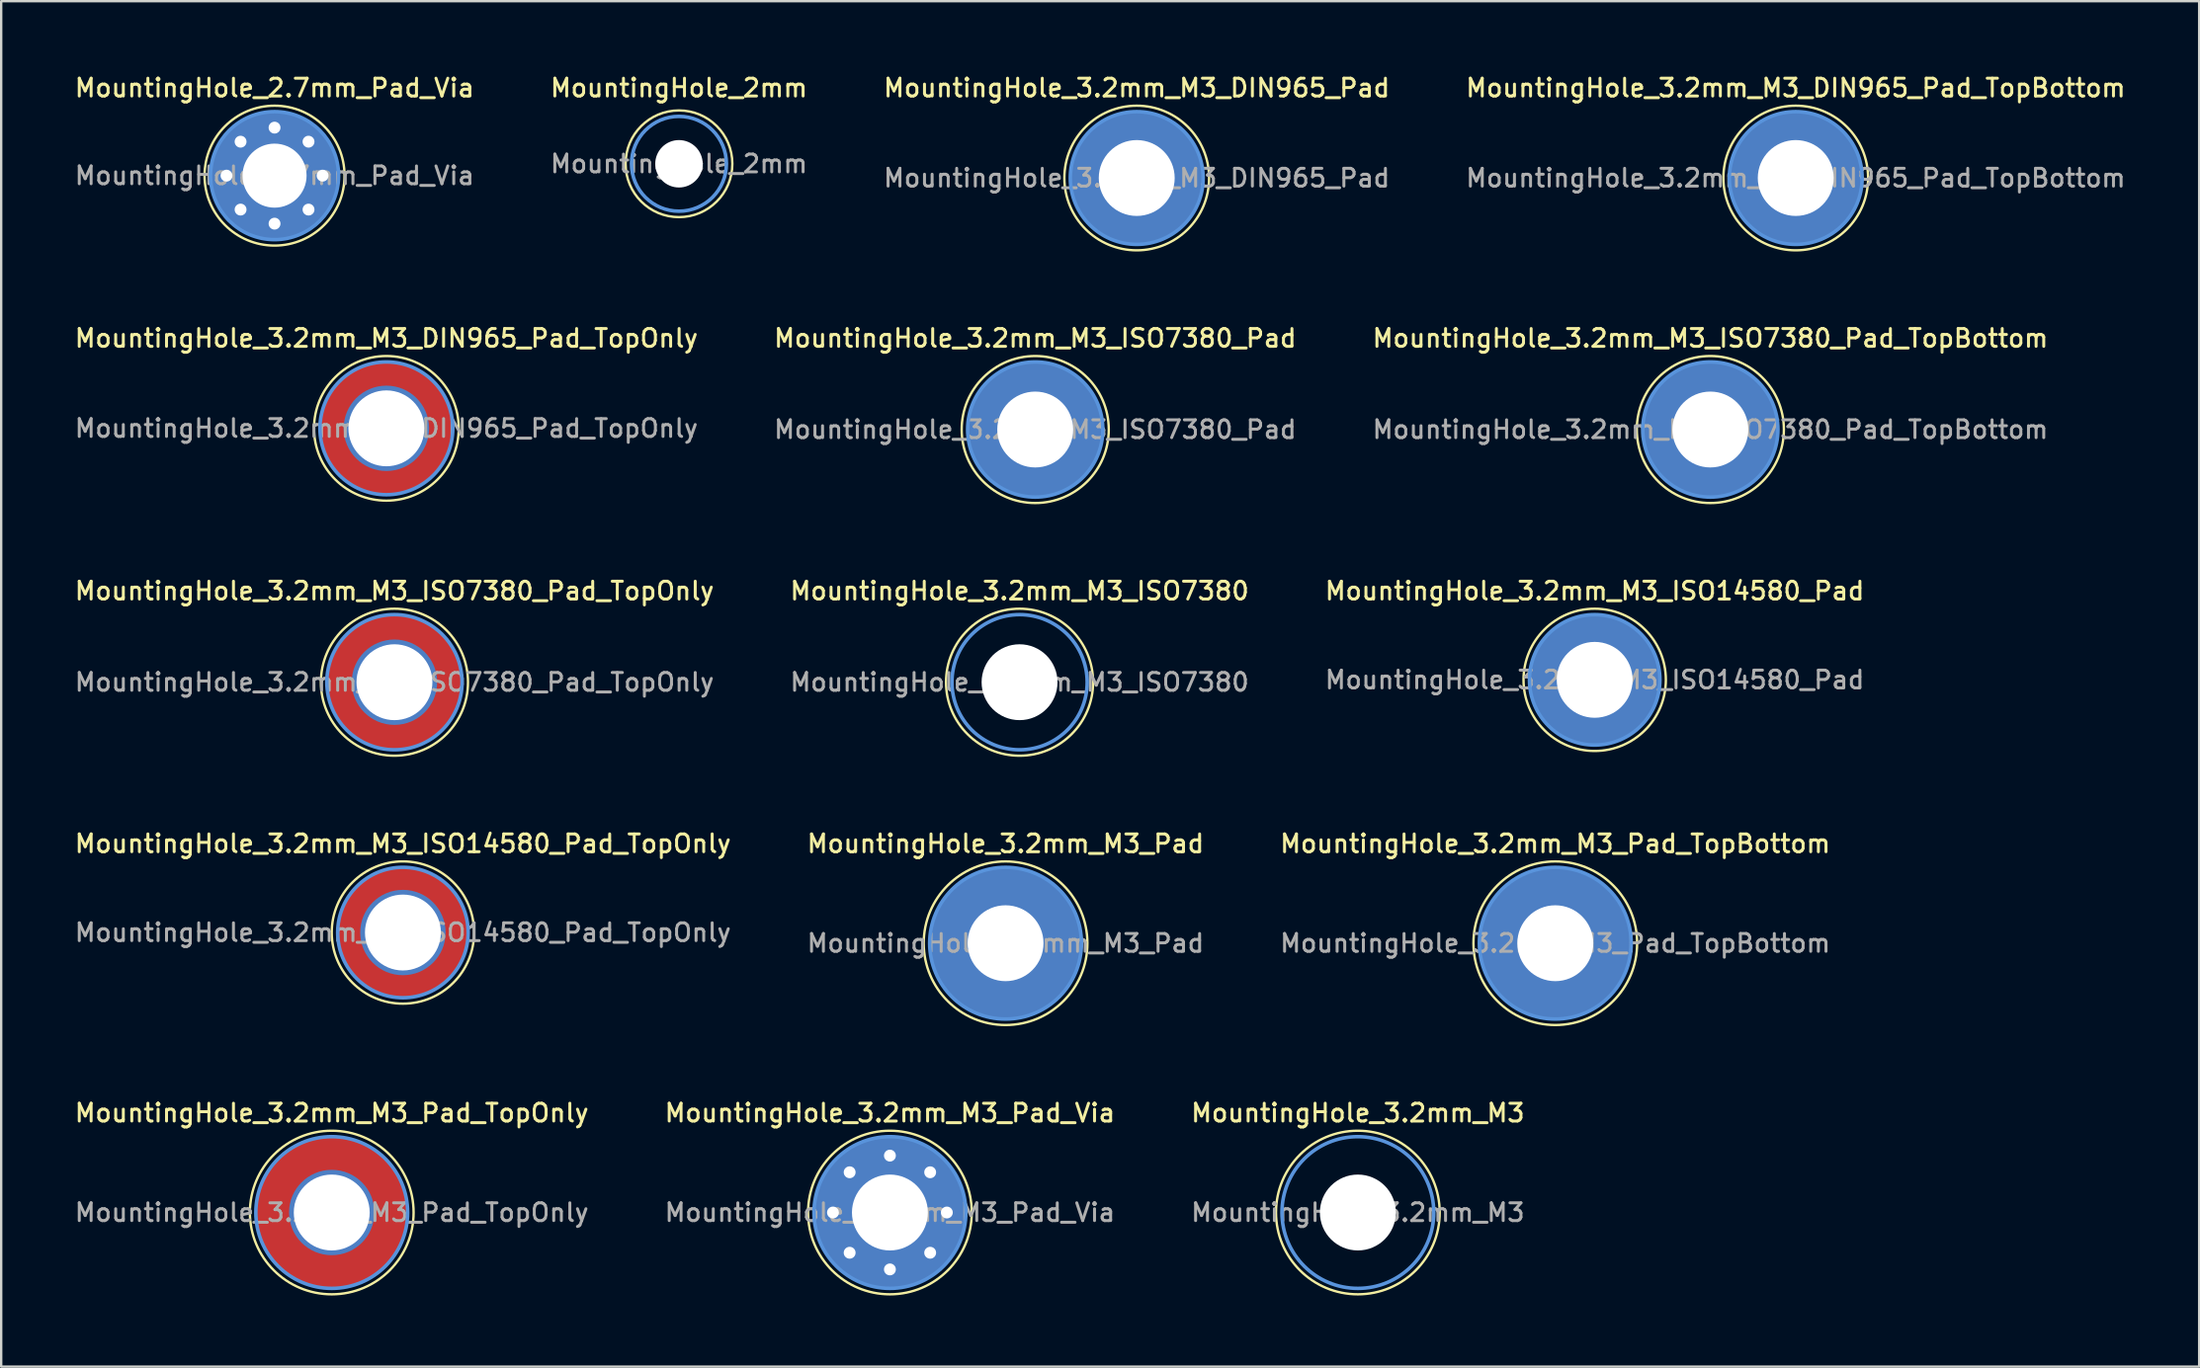
<source format=kicad_pcb>
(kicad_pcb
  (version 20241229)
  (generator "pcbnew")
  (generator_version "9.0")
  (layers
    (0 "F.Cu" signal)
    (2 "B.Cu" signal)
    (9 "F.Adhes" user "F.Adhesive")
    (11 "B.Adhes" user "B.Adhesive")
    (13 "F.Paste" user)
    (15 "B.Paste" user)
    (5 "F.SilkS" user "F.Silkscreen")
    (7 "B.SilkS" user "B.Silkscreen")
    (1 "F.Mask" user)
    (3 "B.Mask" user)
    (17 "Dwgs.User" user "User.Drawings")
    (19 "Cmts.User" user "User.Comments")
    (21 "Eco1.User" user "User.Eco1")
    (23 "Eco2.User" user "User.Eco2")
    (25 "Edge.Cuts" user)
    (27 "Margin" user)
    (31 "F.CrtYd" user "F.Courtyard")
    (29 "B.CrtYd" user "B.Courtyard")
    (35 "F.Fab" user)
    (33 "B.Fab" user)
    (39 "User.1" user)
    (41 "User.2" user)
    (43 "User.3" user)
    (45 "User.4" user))
  (footprint "MountingHole_3.2mm_M3_ISO7380_Pad"
    (layer "F.Cu")
    (at 40.587 15.066)
    (property "Reference" "MountingHole_3.2mm_M3_ISO7380_Pad" (at 0 -3.85 0) (layer "F.SilkS") (effects (font (size 0.75 0.75) (thickness 0.125))))
    (attr exclude_from_pos_files exclude_from_bom)
    (fp_circle (center 0 0) (end 3.1 0) (stroke (width 0.1) (type solid)) (fill no) (layer "F.SilkS"))
    (fp_circle (center 0 0) (end 2.85 0) (stroke (width 0.15) (type solid)) (fill no) (layer "Cmts.User"))
    (fp_text user "${REFERENCE}" (at 0 0 0) (layer "F.Fab") (effects (font (size 0.75 0.75) (thickness 0.125))))
    (pad "1" thru_hole circle (at 0 0) (size 5.7 5.7) (drill 3.2) (layers "*.Cu" "*.Mask")))
  (footprint "MountingHole_3.2mm_M3_ISO14580_Pad"
    (layer "F.Cu")
    (at 64.17 25.624)
    (property "Reference" "MountingHole_3.2mm_M3_ISO14580_Pad" (at 0 -3.75 0) (layer "F.SilkS") (effects (font (size 0.75 0.75) (thickness 0.125))))
    (attr exclude_from_pos_files exclude_from_bom)
    (fp_circle (center 0 0) (end 3 0) (stroke (width 0.1) (type solid)) (fill no) (layer "F.SilkS"))
    (fp_circle (center 0 0) (end 2.75 0) (stroke (width 0.15) (type solid)) (fill no) (layer "Cmts.User"))
    (fp_text user "${REFERENCE}" (at 0 0 0) (layer "F.Fab") (effects (font (size 0.75 0.75) (thickness 0.125))))
    (pad "1" thru_hole circle (at 0 0) (size 5.5 5.5) (drill 3.2) (layers "*.Cu" "*.Mask")))
  (footprint "MountingHole_3.2mm_M3_Pad_TopOnly"
    (layer "F.Cu")
    (at 10.934 48.091)
    (property "Reference" "MountingHole_3.2mm_M3_Pad_TopOnly" (at 0 -4.2 0) (layer "F.SilkS") (effects (font (size 0.75 0.75) (thickness 0.125))))
    (attr exclude_from_pos_files exclude_from_bom)
    (fp_circle (center 0 0) (end 3.45 0) (stroke (width 0.1) (type solid)) (fill no) (layer "F.SilkS"))
    (fp_circle (center 0 0) (end 3.2 0) (stroke (width 0.15) (type solid)) (fill no) (layer "Cmts.User"))
    (fp_text user "${REFERENCE}" (at 0 0 0) (layer "F.Fab") (effects (font (size 0.75 0.75) (thickness 0.125))))
    (pad "1" thru_hole circle (at 0 0) (size 3.6 3.6) (drill 3.2) (layers "*.Cu" "*.Mask"))
    (pad "1" connect circle (at 0 0) (size 6.4 6.4) (layers "F.Cu" "F.Mask")))
  (footprint "MountingHole_3.2mm_M3_ISO14580_Pad_TopOnly"
    (layer "F.Cu")
    (at 13.934 36.282)
    (property "Reference" "MountingHole_3.2mm_M3_ISO14580_Pad_TopOnly" (at 0 -3.75 0) (layer "F.SilkS") (effects (font (size 0.75 0.75) (thickness 0.125))))
    (attr exclude_from_pos_files exclude_from_bom)
    (fp_circle (center 0 0) (end 3 0) (stroke (width 0.1) (type solid)) (fill no) (layer "F.SilkS"))
    (fp_circle (center 0 0) (end 2.75 0) (stroke (width 0.15) (type solid)) (fill no) (layer "Cmts.User"))
    (fp_text user "${REFERENCE}" (at 0 0 0) (layer "F.Fab") (effects (font (size 0.75 0.75) (thickness 0.125))))
    (pad "1" thru_hole circle (at 0 0) (size 3.6 3.6) (drill 3.2) (layers "*.Cu" "*.Mask"))
    (pad "1" connect circle (at 0 0) (size 5.5 5.5) (layers "F.Cu" "F.Mask")))
  (footprint "MountingHole_3.2mm_M3_DIN965_Pad_TopOnly"
    (layer "F.Cu")
    (at 13.237 15.016)
    (property "Reference" "MountingHole_3.2mm_M3_DIN965_Pad_TopOnly" (at 0 -3.8 0) (layer "F.SilkS") (effects (font (size 0.75 0.75) (thickness 0.125))))
    (attr exclude_from_pos_files exclude_from_bom)
    (fp_circle (center 0 0) (end 3.05 0) (stroke (width 0.1) (type solid)) (fill no) (layer "F.SilkS"))
    (fp_circle (center 0 0) (end 2.8 0) (stroke (width 0.15) (type solid)) (fill no) (layer "Cmts.User"))
    (fp_text user "${REFERENCE}" (at 0 0 0) (layer "F.Fab") (effects (font (size 0.75 0.75) (thickness 0.125))))
    (pad "1" thru_hole circle (at 0 0) (size 3.6 3.6) (drill 3.2) (layers "*.Cu" "*.Mask"))
    (pad "1" connect circle (at 0 0) (size 5.6 5.6) (layers "F.Cu" "F.Mask")))
  (footprint "MountingHole_3.2mm_M3_ISO7380"
    (layer "F.Cu")
    (at 39.927 25.724)
    (property "Reference" "MountingHole_3.2mm_M3_ISO7380" (at 0 -3.85 0) (layer "F.SilkS") (effects (font (size 0.75 0.75) (thickness 0.125))))
    (attr exclude_from_pos_files exclude_from_bom)
    (fp_circle (center 0 0) (end 3.1 0) (stroke (width 0.1) (type solid)) (fill no) (layer "F.SilkS"))
    (fp_circle (center 0 0) (end 2.85 0) (stroke (width 0.15) (type solid)) (fill no) (layer "Cmts.User"))
    (fp_text user "${REFERENCE}" (at 0 0 0) (layer "F.Fab") (effects (font (size 0.75 0.75) (thickness 0.125))))
    (pad "" np_thru_hole circle (at 0 0) (size 3.2 3.2) (drill 3.2) (layers "*.Cu" "*.Mask")))
  (footprint "MountingHole_3.2mm_M3_DIN965_Pad_TopBottom"
    (layer "F.Cu")
    (at 72.645 4.458)
    (property "Reference" "MountingHole_3.2mm_M3_DIN965_Pad_TopBottom" (at 0 -3.8 0) (layer "F.SilkS") (effects (font (size 0.75 0.75) (thickness 0.125))))
    (attr exclude_from_pos_files exclude_from_bom)
    (fp_circle (center 0 0) (end 3.05 0) (stroke (width 0.1) (type solid)) (fill no) (layer "F.SilkS"))
    (fp_circle (center 0 0) (end 2.8 0) (stroke (width 0.15) (type solid)) (fill no) (layer "Cmts.User"))
    (fp_text user "${REFERENCE}" (at 0 0 0) (layer "F.Fab") (effects (font (size 0.75 0.75) (thickness 0.125))))
    (pad "1" thru_hole circle (at 0 0) (size 3.6 3.6) (drill 3.2) (layers "*.Cu" "*.Mask"))
    (pad "1" connect circle (at 0 0) (size 5.6 5.6) (layers "F.Cu" "F.Mask"))
    (pad "1" connect circle (at 0 0) (size 5.6 5.6) (layers "B.Cu" "B.Mask")))
  (footprint "MountingHole_3.2mm_M3_DIN965_Pad"
    (layer "F.Cu")
    (at 44.866 4.458)
    (property "Reference" "MountingHole_3.2mm_M3_DIN965_Pad" (at 0 -3.8 0) (layer "F.SilkS") (effects (font (size 0.75 0.75) (thickness 0.125))))
    (attr exclude_from_pos_files exclude_from_bom)
    (fp_circle (center 0 0) (end 3.05 0) (stroke (width 0.1) (type solid)) (fill no) (layer "F.SilkS"))
    (fp_circle (center 0 0) (end 2.8 0) (stroke (width 0.15) (type solid)) (fill no) (layer "Cmts.User"))
    (fp_text user "${REFERENCE}" (at 0 0 0) (layer "F.Fab") (effects (font (size 0.75 0.75) (thickness 0.125))))
    (pad "1" thru_hole circle (at 0 0) (size 5.6 5.6) (drill 3.2) (layers "*.Cu" "*.Mask")))
  (footprint "MountingHole_2mm"
    (layer "F.Cu")
    (at 25.57 3.858)
    (property "Reference" "MountingHole_2mm" (at 0 -3.2 0) (layer "F.SilkS") (effects (font (size 0.75 0.75) (thickness 0.125))))
    (attr exclude_from_pos_files exclude_from_bom)
    (fp_circle (center 0 0) (end 2.25 0) (stroke (width 0.1) (type solid)) (fill no) (layer "F.SilkS"))
    (fp_circle (center 0 0) (end 2 0) (stroke (width 0.15) (type solid)) (fill no) (layer "Cmts.User"))
    (fp_text user "${REFERENCE}" (at 0 0 0) (layer "F.Fab") (effects (font (size 0.75 0.75) (thickness 0.125))))
    (pad "" np_thru_hole circle (at 0 0) (size 2 2) (drill 2) (layers "*.Cu" "*.Mask")))
  (footprint "MountingHole_3.2mm_M3_ISO7380_Pad_TopOnly"
    (layer "F.Cu")
    (at 13.577 25.724)
    (property "Reference" "MountingHole_3.2mm_M3_ISO7380_Pad_TopOnly" (at 0 -3.85 0) (layer "F.SilkS") (effects (font (size 0.75 0.75) (thickness 0.125))))
    (attr exclude_from_pos_files exclude_from_bom)
    (fp_circle (center 0 0) (end 3.1 0) (stroke (width 0.1) (type solid)) (fill no) (layer "F.SilkS"))
    (fp_circle (center 0 0) (end 2.85 0) (stroke (width 0.15) (type solid)) (fill no) (layer "Cmts.User"))
    (fp_text user "${REFERENCE}" (at 0 0 0) (layer "F.Fab") (effects (font (size 0.75 0.75) (thickness 0.125))))
    (pad "1" thru_hole circle (at 0 0) (size 3.6 3.6) (drill 3.2) (layers "*.Cu" "*.Mask"))
    (pad "1" connect circle (at 0 0) (size 5.7 5.7) (layers "F.Cu" "F.Mask")))
  (footprint "MountingHole_3.2mm_M3"
    (layer "F.Cu")
    (at 54.187 48.091)
    (property "Reference" "MountingHole_3.2mm_M3" (at 0 -4.2 0) (layer "F.SilkS") (effects (font (size 0.75 0.75) (thickness 0.125))))
    (attr exclude_from_pos_files exclude_from_bom)
    (fp_circle (center 0 0) (end 3.45 0) (stroke (width 0.1) (type solid)) (fill no) (layer "F.SilkS"))
    (fp_circle (center 0 0) (end 3.2 0) (stroke (width 0.15) (type solid)) (fill no) (layer "Cmts.User"))
    (fp_text user "${REFERENCE}" (at 0 0 0) (layer "F.Fab") (effects (font (size 0.75 0.75) (thickness 0.125))))
    (pad "" np_thru_hole circle (at 0 0) (size 3.2 3.2) (drill 3.2) (layers "*.Cu" "*.Mask")))
  (footprint "MountingHole_2.7mm_Pad_Via"
    (layer "F.Cu")
    (at 8.523 4.358)
    (property "Reference" "MountingHole_2.7mm_Pad_Via" (at 0 -3.7 0) (layer "F.SilkS") (effects (font (size 0.75 0.75) (thickness 0.125))))
    (attr exclude_from_pos_files exclude_from_bom)
    (fp_circle (center 0 0) (end 2.95 0) (stroke (width 0.1) (type solid)) (fill no) (layer "F.SilkS"))
    (fp_circle (center 0 0) (end 2.7 0) (stroke (width 0.15) (type solid)) (fill no) (layer "Cmts.User"))
    (fp_text user "${REFERENCE}" (at 0 0 0) (layer "F.Fab") (effects (font (size 0.75 0.75) (thickness 0.125))))
    (pad "1" thru_hole circle (at -2.025 0) (size 0.8 0.8) (drill 0.5) (layers "*.Cu" "*.Mask"))
    (pad "1" thru_hole circle (at -1.432 -1.432) (size 0.8 0.8) (drill 0.5) (layers "*.Cu" "*.Mask"))
    (pad "1" thru_hole circle (at -1.432 1.432) (size 0.8 0.8) (drill 0.5) (layers "*.Cu" "*.Mask"))
    (pad "1" thru_hole circle (at 0 -2.025) (size 0.8 0.8) (drill 0.5) (layers "*.Cu" "*.Mask"))
    (pad "1" thru_hole circle (at 0 0) (size 5.4 5.4) (drill 2.7) (layers "*.Cu" "*.Mask"))
    (pad "1" thru_hole circle (at 0 2.025) (size 0.8 0.8) (drill 0.5) (layers "*.Cu" "*.Mask"))
    (pad "1" thru_hole circle (at 1.432 -1.432) (size 0.8 0.8) (drill 0.5) (layers "*.Cu" "*.Mask"))
    (pad "1" thru_hole circle (at 1.432 1.432) (size 0.8 0.8) (drill 0.5) (layers "*.Cu" "*.Mask"))
    (pad "1" thru_hole circle (at 2.025 0) (size 0.8 0.8) (drill 0.5) (layers "*.Cu" "*.Mask")))
  (footprint "MountingHole_3.2mm_M3_ISO7380_Pad_TopBottom"
    (layer "F.Cu")
    (at 69.045 15.066)
    (property "Reference" "MountingHole_3.2mm_M3_ISO7380_Pad_TopBottom" (at 0 -3.85 0) (layer "F.SilkS") (effects (font (size 0.75 0.75) (thickness 0.125))))
    (attr exclude_from_pos_files exclude_from_bom)
    (fp_circle (center 0 0) (end 3.1 0) (stroke (width 0.1) (type solid)) (fill no) (layer "F.SilkS"))
    (fp_circle (center 0 0) (end 2.85 0) (stroke (width 0.15) (type solid)) (fill no) (layer "Cmts.User"))
    (fp_text user "${REFERENCE}" (at 0 0 0) (layer "F.Fab") (effects (font (size 0.75 0.75) (thickness 0.125))))
    (pad "1" thru_hole circle (at 0 0) (size 3.6 3.6) (drill 3.2) (layers "*.Cu" "*.Mask"))
    (pad "1" connect circle (at 0 0) (size 5.7 5.7) (layers "F.Cu" "F.Mask"))
    (pad "1" connect circle (at 0 0) (size 5.7 5.7) (layers "B.Cu" "B.Mask")))
  (footprint "MountingHole_3.2mm_M3_Pad_TopBottom"
    (layer "F.Cu")
    (at 62.509 36.733)
    (property "Reference" "MountingHole_3.2mm_M3_Pad_TopBottom" (at 0 -4.2 0) (layer "F.SilkS") (effects (font (size 0.75 0.75) (thickness 0.125))))
    (attr exclude_from_pos_files exclude_from_bom)
    (fp_circle (center 0 0) (end 3.45 0) (stroke (width 0.1) (type solid)) (fill no) (layer "F.SilkS"))
    (fp_circle (center 0 0) (end 3.2 0) (stroke (width 0.15) (type solid)) (fill no) (layer "Cmts.User"))
    (fp_text user "${REFERENCE}" (at 0 0 0) (layer "F.Fab") (effects (font (size 0.75 0.75) (thickness 0.125))))
    (pad "1" thru_hole circle (at 0 0) (size 3.6 3.6) (drill 3.2) (layers "*.Cu" "*.Mask"))
    (pad "1" connect circle (at 0 0) (size 6.4 6.4) (layers "F.Cu" "F.Mask"))
    (pad "1" connect circle (at 0 0) (size 6.4 6.4) (layers "B.Cu" "B.Mask")))
  (footprint "MountingHole_3.2mm_M3_Pad_Via"
    (layer "F.Cu")
    (at 34.462 48.091)
    (property "Reference" "MountingHole_3.2mm_M3_Pad_Via" (at 0 -4.2 0) (layer "F.SilkS") (effects (font (size 0.75 0.75) (thickness 0.125))))
    (attr exclude_from_pos_files exclude_from_bom)
    (fp_circle (center 0 0) (end 3.45 0) (stroke (width 0.1) (type solid)) (fill no) (layer "F.SilkS"))
    (fp_circle (center 0 0) (end 3.2 0) (stroke (width 0.15) (type solid)) (fill no) (layer "Cmts.User"))
    (fp_text user "${REFERENCE}" (at 0 0 0) (layer "F.Fab") (effects (font (size 0.75 0.75) (thickness 0.125))))
    (pad "1" thru_hole circle (at -2.4 0) (size 0.8 0.8) (drill 0.5) (layers "*.Cu" "*.Mask"))
    (pad "1" thru_hole circle (at -1.697 -1.697) (size 0.8 0.8) (drill 0.5) (layers "*.Cu" "*.Mask"))
    (pad "1" thru_hole circle (at -1.697 1.697) (size 0.8 0.8) (drill 0.5) (layers "*.Cu" "*.Mask"))
    (pad "1" thru_hole circle (at 0 -2.4) (size 0.8 0.8) (drill 0.5) (layers "*.Cu" "*.Mask"))
    (pad "1" thru_hole circle (at 0 0) (size 6.4 6.4) (drill 3.2) (layers "*.Cu" "*.Mask"))
    (pad "1" thru_hole circle (at 0 2.4) (size 0.8 0.8) (drill 0.5) (layers "*.Cu" "*.Mask"))
    (pad "1" thru_hole circle (at 1.697 -1.697) (size 0.8 0.8) (drill 0.5) (layers "*.Cu" "*.Mask"))
    (pad "1" thru_hole circle (at 1.697 1.697) (size 0.8 0.8) (drill 0.5) (layers "*.Cu" "*.Mask"))
    (pad "1" thru_hole circle (at 2.4 0) (size 0.8 0.8) (drill 0.5) (layers "*.Cu" "*.Mask")))
  (footprint "MountingHole_3.2mm_M3_Pad"
    (layer "F.Cu")
    (at 39.337 36.733)
    (property "Reference" "MountingHole_3.2mm_M3_Pad" (at 0 -4.2 0) (layer "F.SilkS") (effects (font (size 0.75 0.75) (thickness 0.125))))
    (attr exclude_from_pos_files exclude_from_bom)
    (fp_circle (center 0 0) (end 3.45 0) (stroke (width 0.1) (type solid)) (fill no) (layer "F.SilkS"))
    (fp_circle (center 0 0) (end 3.2 0) (stroke (width 0.15) (type solid)) (fill no) (layer "Cmts.User"))
    (fp_text user "${REFERENCE}" (at 0 0 0) (layer "F.Fab") (effects (font (size 0.75 0.75) (thickness 0.125))))
    (pad "1" thru_hole circle (at 0 0) (size 6.4 6.4) (drill 3.2) (layers "*.Cu" "*.Mask")))
  (gr_rect
    (start -3 -3)
    (end 89.65 54.591)
    (stroke (width 0.1) (type default))
    (fill no)
    (layer "Edge.Cuts")))
</source>
